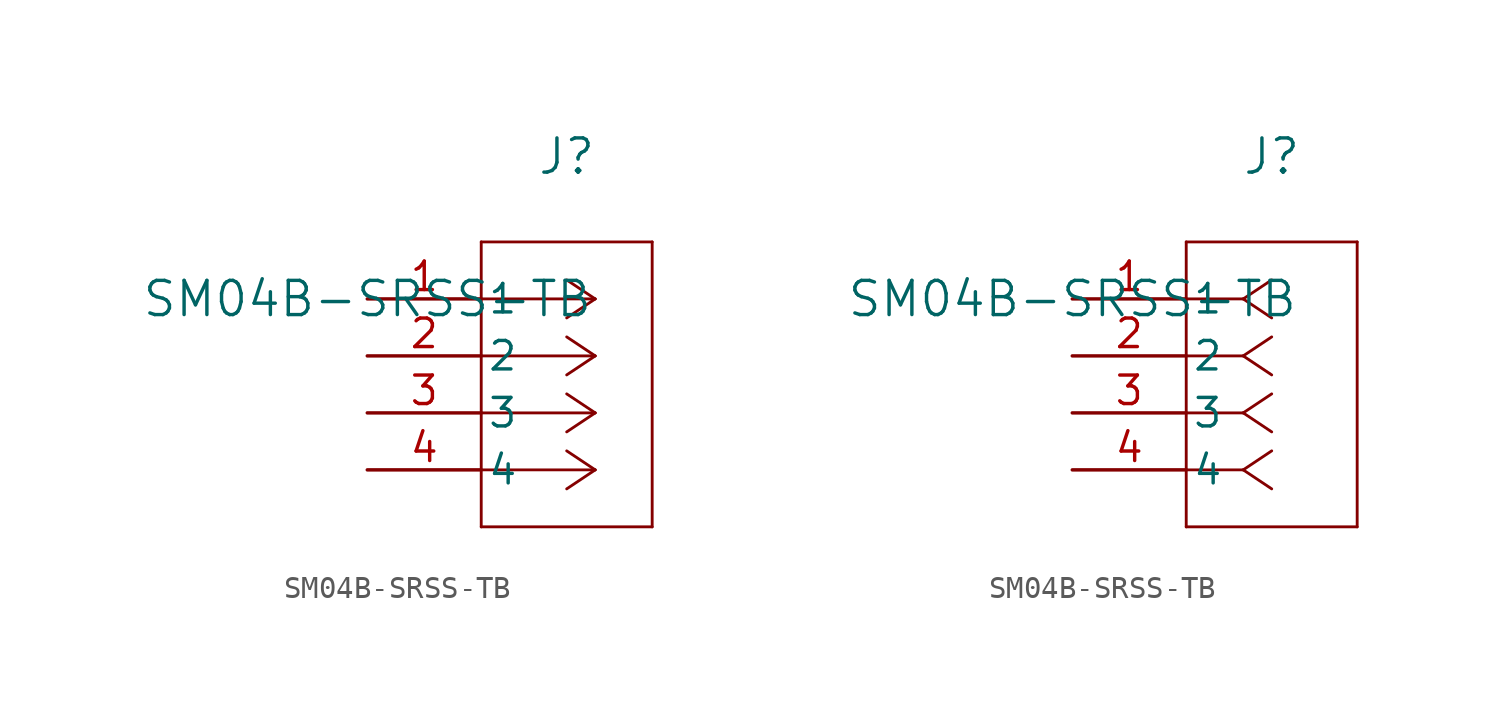
<source format=kicad_sym>
(kicad_symbol_lib
  (version 20211014)
  (generator kicad_symbol_editor)
  (symbol "SM04B-SRSS-TB"
    (pin_names
      (offset 0.254))
    (property "Reference" "J"
      (at 8.89 6.35 0)
      (effects (font (size 1.524 1.524))))
    (property "Value" "SM04B-SRSS-TB"
      (at 0 0 0)
      (effects (font (size 1.524 1.524))))
    (symbol "SM04B-SRSS-TB_1_1"
      (polyline (pts (xy 10.16 0) (xy 5.08 0)) (stroke (width 0.127) (type default) (color 0 0 0 0)) (fill (type none)))
      (polyline (pts (xy 10.16 -2.54) (xy 5.08 -2.54)) (stroke (width 0.127) (type default) (color 0 0 0 0)) (fill (type none)))
      (polyline (pts (xy 10.16 -5.08) (xy 5.08 -5.08)) (stroke (width 0.127) (type default) (color 0 0 0 0)) (fill (type none)))
      (polyline (pts (xy 10.16 -7.62) (xy 5.08 -7.62)) (stroke (width 0.127) (type default) (color 0 0 0 0)) (fill (type none)))
      (polyline (pts (xy 10.16 0) (xy 8.89 0.847)) (stroke (width 0.127) (type default) (color 0 0 0 0)) (fill (type none)))
      (polyline (pts (xy 10.16 -2.54) (xy 8.89 -1.693)) (stroke (width 0.127) (type default) (color 0 0 0 0)) (fill (type none)))
      (polyline (pts (xy 10.16 -5.08) (xy 8.89 -4.233)) (stroke (width 0.127) (type default) (color 0 0 0 0)) (fill (type none)))
      (polyline (pts (xy 10.16 -7.62) (xy 8.89 -6.773)) (stroke (width 0.127) (type default) (color 0 0 0 0)) (fill (type none)))
      (polyline (pts (xy 10.16 0) (xy 8.89 -0.847)) (stroke (width 0.127) (type default) (color 0 0 0 0)) (fill (type none)))
      (polyline (pts (xy 10.16 -2.54) (xy 8.89 -3.387)) (stroke (width 0.127) (type default) (color 0 0 0 0)) (fill (type none)))
      (polyline (pts (xy 10.16 -5.08) (xy 8.89 -5.927)) (stroke (width 0.127) (type default) (color 0 0 0 0)) (fill (type none)))
      (polyline (pts (xy 10.16 -7.62) (xy 8.89 -8.467)) (stroke (width 0.127) (type default) (color 0 0 0 0)) (fill (type none)))
      (polyline (pts (xy 5.08 2.54) (xy 5.08 -10.16)) (stroke (width 0.127) (type default) (color 0 0 0 0)) (fill (type none)))
      (polyline (pts (xy 5.08 -10.16) (xy 12.7 -10.16)) (stroke (width 0.127) (type default) (color 0 0 0 0)) (fill (type none)))
      (polyline (pts (xy 12.7 -10.16) (xy 12.7 2.54)) (stroke (width 0.127) (type default) (color 0 0 0 0)) (fill (type none)))
      (polyline (pts (xy 12.7 2.54) (xy 5.08 2.54)) (stroke (width 0.127) (type default) (color 0 0 0 0)) (fill (type none)))
      (pin unspecified line (at 0 0 0) (length 5.08) (name "1" (effects (font (size 1.27 1.27)))) (number "1" (effects (font (size 1.27 1.27)))))
      (pin unspecified line (at 0 -2.54 0) (length 5.08) (name "2" (effects (font (size 1.27 1.27)))) (number "2" (effects (font (size 1.27 1.27)))))
      (pin unspecified line (at 0 -5.08 0) (length 5.08) (name "3" (effects (font (size 1.27 1.27)))) (number "3" (effects (font (size 1.27 1.27)))))
      (pin unspecified line (at 0 -7.62 0) (length 5.08) (name "4" (effects (font (size 1.27 1.27)))) (number "4" (effects (font (size 1.27 1.27))))))
    (symbol "SM04B-SRSS-TB_1_2"
      (polyline (pts (xy 7.62 0) (xy 5.08 0)) (stroke (width 0.127) (type default) (color 0 0 0 0)) (fill (type none)))
      (polyline (pts (xy 7.62 -2.54) (xy 5.08 -2.54)) (stroke (width 0.127) (type default) (color 0 0 0 0)) (fill (type none)))
      (polyline (pts (xy 7.62 -5.08) (xy 5.08 -5.08)) (stroke (width 0.127) (type default) (color 0 0 0 0)) (fill (type none)))
      (polyline (pts (xy 7.62 -7.62) (xy 5.08 -7.62)) (stroke (width 0.127) (type default) (color 0 0 0 0)) (fill (type none)))
      (polyline (pts (xy 7.62 0) (xy 8.89 0.847)) (stroke (width 0.127) (type default) (color 0 0 0 0)) (fill (type none)))
      (polyline (pts (xy 7.62 -2.54) (xy 8.89 -1.693)) (stroke (width 0.127) (type default) (color 0 0 0 0)) (fill (type none)))
      (polyline (pts (xy 7.62 -5.08) (xy 8.89 -4.233)) (stroke (width 0.127) (type default) (color 0 0 0 0)) (fill (type none)))
      (polyline (pts (xy 7.62 -7.62) (xy 8.89 -6.773)) (stroke (width 0.127) (type default) (color 0 0 0 0)) (fill (type none)))
      (polyline (pts (xy 7.62 0) (xy 8.89 -0.847)) (stroke (width 0.127) (type default) (color 0 0 0 0)) (fill (type none)))
      (polyline (pts (xy 7.62 -2.54) (xy 8.89 -3.387)) (stroke (width 0.127) (type default) (color 0 0 0 0)) (fill (type none)))
      (polyline (pts (xy 7.62 -5.08) (xy 8.89 -5.927)) (stroke (width 0.127) (type default) (color 0 0 0 0)) (fill (type none)))
      (polyline (pts (xy 7.62 -7.62) (xy 8.89 -8.467)) (stroke (width 0.127) (type default) (color 0 0 0 0)) (fill (type none)))
      (polyline (pts (xy 5.08 2.54) (xy 5.08 -10.16)) (stroke (width 0.127) (type default) (color 0 0 0 0)) (fill (type none)))
      (polyline (pts (xy 5.08 -10.16) (xy 12.7 -10.16)) (stroke (width 0.127) (type default) (color 0 0 0 0)) (fill (type none)))
      (polyline (pts (xy 12.7 -10.16) (xy 12.7 2.54)) (stroke (width 0.127) (type default) (color 0 0 0 0)) (fill (type none)))
      (polyline (pts (xy 12.7 2.54) (xy 5.08 2.54)) (stroke (width 0.127) (type default) (color 0 0 0 0)) (fill (type none)))
      (pin unspecified line (at 0 0 0) (length 5.08) (name "1" (effects (font (size 1.27 1.27)))) (number "1" (effects (font (size 1.27 1.27)))))
      (pin unspecified line (at 0 -2.54 0) (length 5.08) (name "2" (effects (font (size 1.27 1.27)))) (number "2" (effects (font (size 1.27 1.27)))))
      (pin unspecified line (at 0 -5.08 0) (length 5.08) (name "3" (effects (font (size 1.27 1.27)))) (number "3" (effects (font (size 1.27 1.27)))))
      (pin unspecified line (at 0 -7.62 0) (length 5.08) (name "4" (effects (font (size 1.27 1.27)))) (number "4" (effects (font (size 1.27 1.27))))))))
</source>
